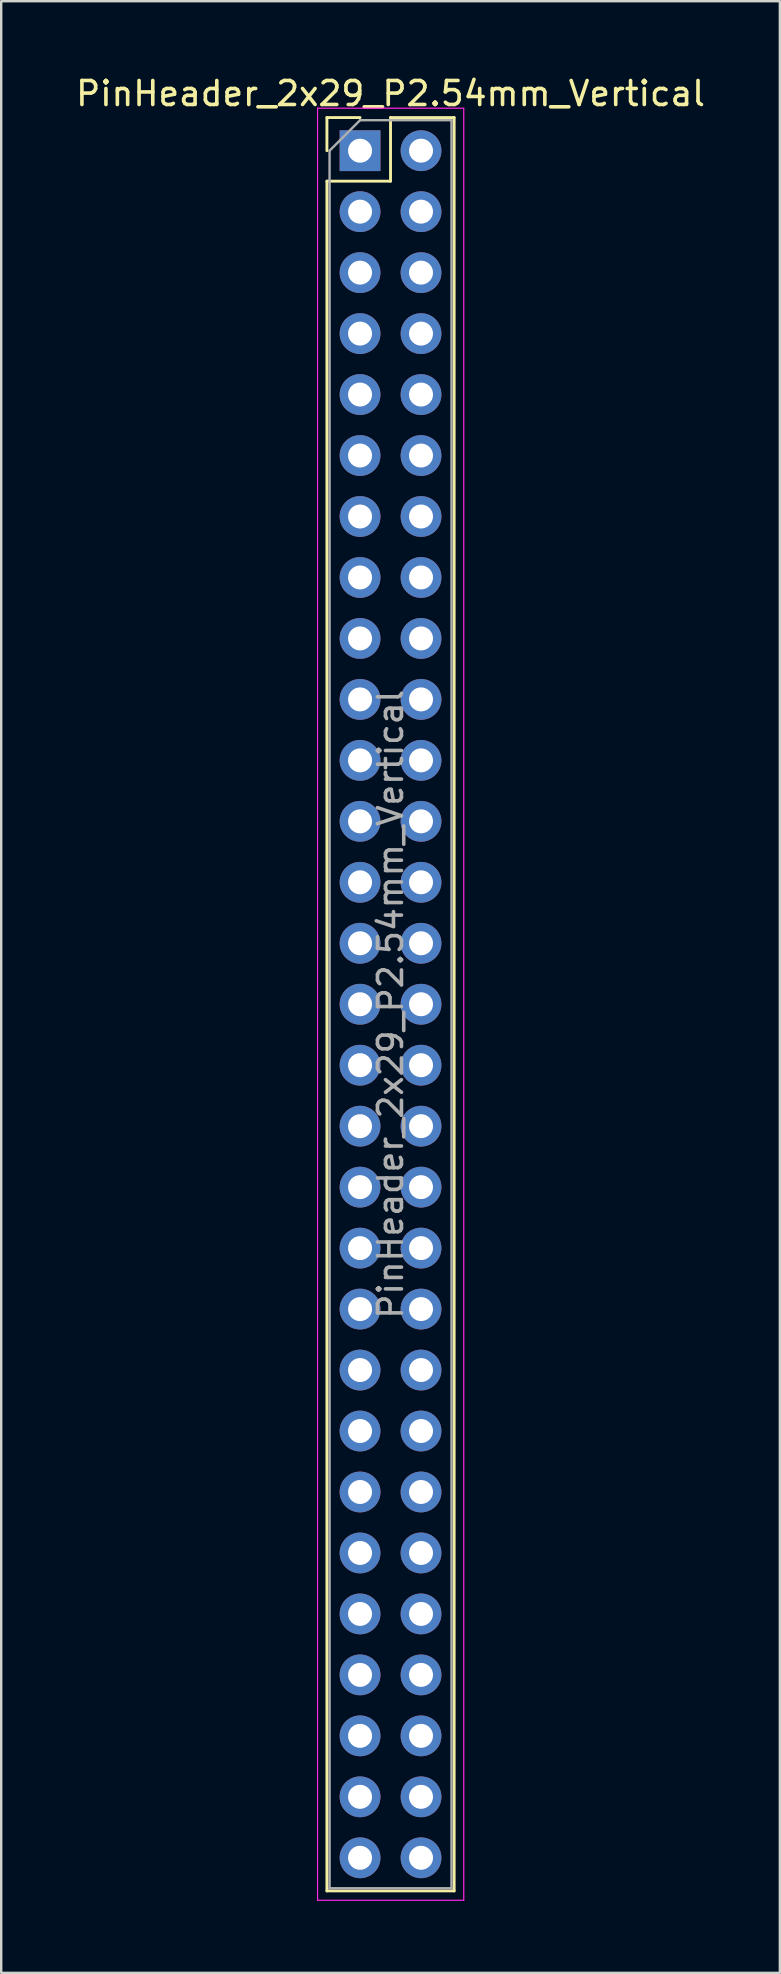
<source format=kicad_pcb>
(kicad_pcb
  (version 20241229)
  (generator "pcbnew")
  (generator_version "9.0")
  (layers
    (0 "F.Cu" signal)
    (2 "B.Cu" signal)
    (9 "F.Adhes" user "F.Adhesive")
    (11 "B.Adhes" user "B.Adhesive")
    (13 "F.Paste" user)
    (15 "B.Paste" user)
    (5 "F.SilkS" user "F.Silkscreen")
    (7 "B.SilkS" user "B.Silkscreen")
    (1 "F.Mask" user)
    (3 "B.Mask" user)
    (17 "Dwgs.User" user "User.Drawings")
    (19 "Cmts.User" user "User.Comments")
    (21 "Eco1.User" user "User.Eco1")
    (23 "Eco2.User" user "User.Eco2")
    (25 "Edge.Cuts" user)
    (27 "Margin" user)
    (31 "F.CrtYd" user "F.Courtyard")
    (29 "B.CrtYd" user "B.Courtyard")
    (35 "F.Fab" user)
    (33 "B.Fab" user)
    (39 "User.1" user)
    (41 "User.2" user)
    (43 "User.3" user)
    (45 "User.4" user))
  (footprint "PinHeader_2x29_P2.54mm_Vertical"
    (layer "F.Cu")
    (at 11.95 3.228)
    (property "Reference" "PinHeader_2x29_P2.54mm_Vertical" (at 1.27 -2.38 0) (layer "F.SilkS") (effects (font (size 1 1) (thickness 0.15))))
    (attr through_hole)
    (fp_line (start -1.38 -1.38) (end 0 -1.38) (stroke (width 0.12) (type solid)) (layer "F.SilkS"))
    (fp_line (start -1.38 0) (end -1.38 -1.38) (stroke (width 0.12) (type solid)) (layer "F.SilkS"))
    (fp_line (start -1.38 1.27) (end -1.38 72.5) (stroke (width 0.12) (type solid)) (layer "F.SilkS"))
    (fp_line (start -1.38 1.27) (end 1.27 1.27) (stroke (width 0.12) (type solid)) (layer "F.SilkS"))
    (fp_line (start -1.38 72.5) (end 3.92 72.5) (stroke (width 0.12) (type solid)) (layer "F.SilkS"))
    (fp_line (start 1.27 -1.38) (end 3.92 -1.38) (stroke (width 0.12) (type solid)) (layer "F.SilkS"))
    (fp_line (start 1.27 1.27) (end 1.27 -1.38) (stroke (width 0.12) (type solid)) (layer "F.SilkS"))
    (fp_line (start 3.92 -1.38) (end 3.92 72.5) (stroke (width 0.12) (type solid)) (layer "F.SilkS"))
    (fp_line (start -1.77 -1.77) (end -1.77 72.89) (stroke (width 0.05) (type solid)) (layer "F.CrtYd"))
    (fp_line (start -1.77 72.89) (end 4.32 72.89) (stroke (width 0.05) (type solid)) (layer "F.CrtYd"))
    (fp_line (start 4.32 -1.77) (end -1.77 -1.77) (stroke (width 0.05) (type solid)) (layer "F.CrtYd"))
    (fp_line (start 4.32 72.89) (end 4.32 -1.77) (stroke (width 0.05) (type solid)) (layer "F.CrtYd"))
    (fp_line (start -1.27 0) (end 0 -1.27) (stroke (width 0.1) (type solid)) (layer "F.Fab"))
    (fp_line (start -1.27 72.39) (end -1.27 0) (stroke (width 0.1) (type solid)) (layer "F.Fab"))
    (fp_line (start 0 -1.27) (end 3.81 -1.27) (stroke (width 0.1) (type solid)) (layer "F.Fab"))
    (fp_line (start 3.81 -1.27) (end 3.81 72.39) (stroke (width 0.1) (type solid)) (layer "F.Fab"))
    (fp_line (start 3.81 72.39) (end -1.27 72.39) (stroke (width 0.1) (type solid)) (layer "F.Fab"))
    (fp_text user "${REFERENCE}" (at 1.27 35.56 90) (layer "F.Fab") (effects (font (size 1 1) (thickness 0.15))))
    (pad "1" thru_hole rect (at 0 0) (size 1.7 1.7) (drill 1) (layers "*.Cu" "*.Mask"))
    (pad "2" thru_hole circle (at 2.54 0) (size 1.7 1.7) (drill 1) (layers "*.Cu" "*.Mask"))
    (pad "3" thru_hole circle (at 0 2.54) (size 1.7 1.7) (drill 1) (layers "*.Cu" "*.Mask"))
    (pad "4" thru_hole circle (at 2.54 2.54) (size 1.7 1.7) (drill 1) (layers "*.Cu" "*.Mask"))
    (pad "5" thru_hole circle (at 0 5.08) (size 1.7 1.7) (drill 1) (layers "*.Cu" "*.Mask"))
    (pad "6" thru_hole circle (at 2.54 5.08) (size 1.7 1.7) (drill 1) (layers "*.Cu" "*.Mask"))
    (pad "7" thru_hole circle (at 0 7.62) (size 1.7 1.7) (drill 1) (layers "*.Cu" "*.Mask"))
    (pad "8" thru_hole circle (at 2.54 7.62) (size 1.7 1.7) (drill 1) (layers "*.Cu" "*.Mask"))
    (pad "9" thru_hole circle (at 0 10.16) (size 1.7 1.7) (drill 1) (layers "*.Cu" "*.Mask"))
    (pad "10" thru_hole circle (at 2.54 10.16) (size 1.7 1.7) (drill 1) (layers "*.Cu" "*.Mask"))
    (pad "11" thru_hole circle (at 0 12.7) (size 1.7 1.7) (drill 1) (layers "*.Cu" "*.Mask"))
    (pad "12" thru_hole circle (at 2.54 12.7) (size 1.7 1.7) (drill 1) (layers "*.Cu" "*.Mask"))
    (pad "13" thru_hole circle (at 0 15.24) (size 1.7 1.7) (drill 1) (layers "*.Cu" "*.Mask"))
    (pad "14" thru_hole circle (at 2.54 15.24) (size 1.7 1.7) (drill 1) (layers "*.Cu" "*.Mask"))
    (pad "15" thru_hole circle (at 0 17.78) (size 1.7 1.7) (drill 1) (layers "*.Cu" "*.Mask"))
    (pad "16" thru_hole circle (at 2.54 17.78) (size 1.7 1.7) (drill 1) (layers "*.Cu" "*.Mask"))
    (pad "17" thru_hole circle (at 0 20.32) (size 1.7 1.7) (drill 1) (layers "*.Cu" "*.Mask"))
    (pad "18" thru_hole circle (at 2.54 20.32) (size 1.7 1.7) (drill 1) (layers "*.Cu" "*.Mask"))
    (pad "19" thru_hole circle (at 0 22.86) (size 1.7 1.7) (drill 1) (layers "*.Cu" "*.Mask"))
    (pad "20" thru_hole circle (at 2.54 22.86) (size 1.7 1.7) (drill 1) (layers "*.Cu" "*.Mask"))
    (pad "21" thru_hole circle (at 0 25.4) (size 1.7 1.7) (drill 1) (layers "*.Cu" "*.Mask"))
    (pad "22" thru_hole circle (at 2.54 25.4) (size 1.7 1.7) (drill 1) (layers "*.Cu" "*.Mask"))
    (pad "23" thru_hole circle (at 0 27.94) (size 1.7 1.7) (drill 1) (layers "*.Cu" "*.Mask"))
    (pad "24" thru_hole circle (at 2.54 27.94) (size 1.7 1.7) (drill 1) (layers "*.Cu" "*.Mask"))
    (pad "25" thru_hole circle (at 0 30.48) (size 1.7 1.7) (drill 1) (layers "*.Cu" "*.Mask"))
    (pad "26" thru_hole circle (at 2.54 30.48) (size 1.7 1.7) (drill 1) (layers "*.Cu" "*.Mask"))
    (pad "27" thru_hole circle (at 0 33.02) (size 1.7 1.7) (drill 1) (layers "*.Cu" "*.Mask"))
    (pad "28" thru_hole circle (at 2.54 33.02) (size 1.7 1.7) (drill 1) (layers "*.Cu" "*.Mask"))
    (pad "29" thru_hole circle (at 0 35.56) (size 1.7 1.7) (drill 1) (layers "*.Cu" "*.Mask"))
    (pad "30" thru_hole circle (at 2.54 35.56) (size 1.7 1.7) (drill 1) (layers "*.Cu" "*.Mask"))
    (pad "31" thru_hole circle (at 0 38.1) (size 1.7 1.7) (drill 1) (layers "*.Cu" "*.Mask"))
    (pad "32" thru_hole circle (at 2.54 38.1) (size 1.7 1.7) (drill 1) (layers "*.Cu" "*.Mask"))
    (pad "33" thru_hole circle (at 0 40.64) (size 1.7 1.7) (drill 1) (layers "*.Cu" "*.Mask"))
    (pad "34" thru_hole circle (at 2.54 40.64) (size 1.7 1.7) (drill 1) (layers "*.Cu" "*.Mask"))
    (pad "35" thru_hole circle (at 0 43.18) (size 1.7 1.7) (drill 1) (layers "*.Cu" "*.Mask"))
    (pad "36" thru_hole circle (at 2.54 43.18) (size 1.7 1.7) (drill 1) (layers "*.Cu" "*.Mask"))
    (pad "37" thru_hole circle (at 0 45.72) (size 1.7 1.7) (drill 1) (layers "*.Cu" "*.Mask"))
    (pad "38" thru_hole circle (at 2.54 45.72) (size 1.7 1.7) (drill 1) (layers "*.Cu" "*.Mask"))
    (pad "39" thru_hole circle (at 0 48.26) (size 1.7 1.7) (drill 1) (layers "*.Cu" "*.Mask"))
    (pad "40" thru_hole circle (at 2.54 48.26) (size 1.7 1.7) (drill 1) (layers "*.Cu" "*.Mask"))
    (pad "41" thru_hole circle (at 0 50.8) (size 1.7 1.7) (drill 1) (layers "*.Cu" "*.Mask"))
    (pad "42" thru_hole circle (at 2.54 50.8) (size 1.7 1.7) (drill 1) (layers "*.Cu" "*.Mask"))
    (pad "43" thru_hole circle (at 0 53.34) (size 1.7 1.7) (drill 1) (layers "*.Cu" "*.Mask"))
    (pad "44" thru_hole circle (at 2.54 53.34) (size 1.7 1.7) (drill 1) (layers "*.Cu" "*.Mask"))
    (pad "45" thru_hole circle (at 0 55.88) (size 1.7 1.7) (drill 1) (layers "*.Cu" "*.Mask"))
    (pad "46" thru_hole circle (at 2.54 55.88) (size 1.7 1.7) (drill 1) (layers "*.Cu" "*.Mask"))
    (pad "47" thru_hole circle (at 0 58.42) (size 1.7 1.7) (drill 1) (layers "*.Cu" "*.Mask"))
    (pad "48" thru_hole circle (at 2.54 58.42) (size 1.7 1.7) (drill 1) (layers "*.Cu" "*.Mask"))
    (pad "49" thru_hole circle (at 0 60.96) (size 1.7 1.7) (drill 1) (layers "*.Cu" "*.Mask"))
    (pad "50" thru_hole circle (at 2.54 60.96) (size 1.7 1.7) (drill 1) (layers "*.Cu" "*.Mask"))
    (pad "51" thru_hole circle (at 0 63.5) (size 1.7 1.7) (drill 1) (layers "*.Cu" "*.Mask"))
    (pad "52" thru_hole circle (at 2.54 63.5) (size 1.7 1.7) (drill 1) (layers "*.Cu" "*.Mask"))
    (pad "53" thru_hole circle (at 0 66.04) (size 1.7 1.7) (drill 1) (layers "*.Cu" "*.Mask"))
    (pad "54" thru_hole circle (at 2.54 66.04) (size 1.7 1.7) (drill 1) (layers "*.Cu" "*.Mask"))
    (pad "55" thru_hole circle (at 0 68.58) (size 1.7 1.7) (drill 1) (layers "*.Cu" "*.Mask"))
    (pad "56" thru_hole circle (at 2.54 68.58) (size 1.7 1.7) (drill 1) (layers "*.Cu" "*.Mask"))
    (pad "57" thru_hole circle (at 0 71.12) (size 1.7 1.7) (drill 1) (layers "*.Cu" "*.Mask"))
    (pad "58" thru_hole circle (at 2.54 71.12) (size 1.7 1.7) (drill 1) (layers "*.Cu" "*.Mask")))
  (gr_rect
    (start -3 -3)
    (end 29.44 79.143)
    (stroke (width 0.1) (type default))
    (fill no)
    (layer "Edge.Cuts")))
</source>
